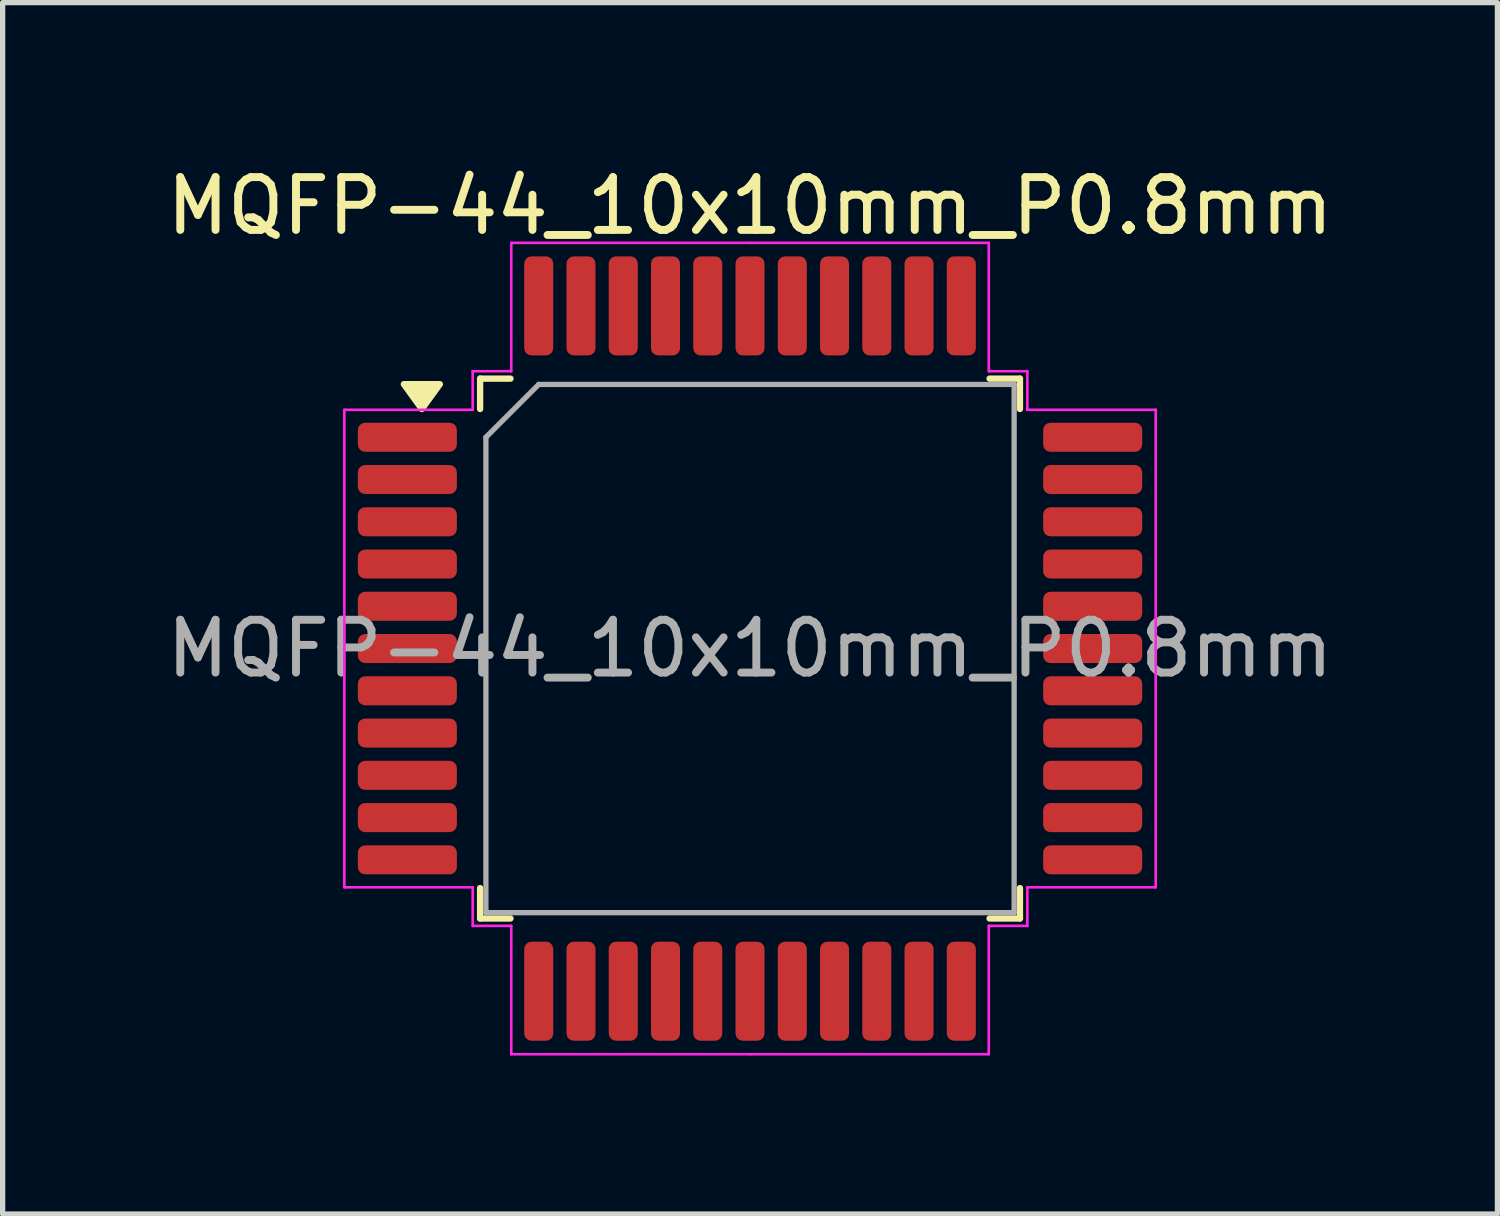
<source format=kicad_pcb>
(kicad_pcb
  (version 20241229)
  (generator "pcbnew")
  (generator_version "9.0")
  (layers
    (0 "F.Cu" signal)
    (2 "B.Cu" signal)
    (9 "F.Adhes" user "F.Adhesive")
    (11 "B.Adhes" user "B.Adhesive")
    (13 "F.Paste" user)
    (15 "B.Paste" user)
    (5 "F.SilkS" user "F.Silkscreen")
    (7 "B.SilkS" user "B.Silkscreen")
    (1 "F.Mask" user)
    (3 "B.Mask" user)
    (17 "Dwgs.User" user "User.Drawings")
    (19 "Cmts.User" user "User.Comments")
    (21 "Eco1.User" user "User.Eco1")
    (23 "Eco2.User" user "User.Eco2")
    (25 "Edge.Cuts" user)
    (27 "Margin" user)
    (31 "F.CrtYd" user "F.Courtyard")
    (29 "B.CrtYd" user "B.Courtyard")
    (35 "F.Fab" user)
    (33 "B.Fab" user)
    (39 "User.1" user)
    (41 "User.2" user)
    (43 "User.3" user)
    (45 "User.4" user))
  (footprint "MQFP-44_10x10mm_P0.8mm"
    (layer "F.Cu")
    (at 11.149 9.228)
    (property "Reference" "MQFP-44_10x10mm_P0.8mm" (at 0 -8.38 0) (layer "F.SilkS") (effects (font (size 1 1) (thickness 0.15))))
    (attr smd)
    (fp_line (start -5.11 -5.11) (end -5.11 -4.535) (stroke (width 0.12) (type solid)) (layer "F.SilkS"))
    (fp_line (start -5.11 5.11) (end -5.11 4.535) (stroke (width 0.12) (type solid)) (layer "F.SilkS"))
    (fp_line (start -4.535 -5.11) (end -5.11 -5.11) (stroke (width 0.12) (type solid)) (layer "F.SilkS"))
    (fp_line (start -4.535 5.11) (end -5.11 5.11) (stroke (width 0.12) (type solid)) (layer "F.SilkS"))
    (fp_line (start 4.535 -5.11) (end 5.11 -5.11) (stroke (width 0.12) (type solid)) (layer "F.SilkS"))
    (fp_line (start 4.535 5.11) (end 5.11 5.11) (stroke (width 0.12) (type solid)) (layer "F.SilkS"))
    (fp_line (start 5.11 -5.11) (end 5.11 -4.535) (stroke (width 0.12) (type solid)) (layer "F.SilkS"))
    (fp_line (start 5.11 5.11) (end 5.11 4.535) (stroke (width 0.12) (type solid)) (layer "F.SilkS"))
    (fp_poly (pts (xy -6.213 -4.535) (xy -6.553 -5.005) (xy -5.872 -5.005) (xy -6.213 -4.535)) (stroke (width 0.12) (type solid)) (fill yes) (layer "F.SilkS"))
    (fp_line (start -7.68 -4.52) (end -7.68 0) (stroke (width 0.05) (type solid)) (layer "F.CrtYd"))
    (fp_line (start -7.68 4.52) (end -7.68 0) (stroke (width 0.05) (type solid)) (layer "F.CrtYd"))
    (fp_line (start -5.25 -5.25) (end -5.25 -4.52) (stroke (width 0.05) (type solid)) (layer "F.CrtYd"))
    (fp_line (start -5.25 -4.52) (end -7.68 -4.52) (stroke (width 0.05) (type solid)) (layer "F.CrtYd"))
    (fp_line (start -5.25 4.52) (end -7.68 4.52) (stroke (width 0.05) (type solid)) (layer "F.CrtYd"))
    (fp_line (start -5.25 5.25) (end -5.25 4.52) (stroke (width 0.05) (type solid)) (layer "F.CrtYd"))
    (fp_line (start -4.52 -7.68) (end -4.52 -5.25) (stroke (width 0.05) (type solid)) (layer "F.CrtYd"))
    (fp_line (start -4.52 -5.25) (end -5.25 -5.25) (stroke (width 0.05) (type solid)) (layer "F.CrtYd"))
    (fp_line (start -4.52 5.25) (end -5.25 5.25) (stroke (width 0.05) (type solid)) (layer "F.CrtYd"))
    (fp_line (start -4.52 7.68) (end -4.52 5.25) (stroke (width 0.05) (type solid)) (layer "F.CrtYd"))
    (fp_line (start 0 -7.68) (end -4.52 -7.68) (stroke (width 0.05) (type solid)) (layer "F.CrtYd"))
    (fp_line (start 0 -7.68) (end 4.52 -7.68) (stroke (width 0.05) (type solid)) (layer "F.CrtYd"))
    (fp_line (start 0 7.68) (end -4.52 7.68) (stroke (width 0.05) (type solid)) (layer "F.CrtYd"))
    (fp_line (start 0 7.68) (end 4.52 7.68) (stroke (width 0.05) (type solid)) (layer "F.CrtYd"))
    (fp_line (start 4.52 -7.68) (end 4.52 -5.25) (stroke (width 0.05) (type solid)) (layer "F.CrtYd"))
    (fp_line (start 4.52 -5.25) (end 5.25 -5.25) (stroke (width 0.05) (type solid)) (layer "F.CrtYd"))
    (fp_line (start 4.52 5.25) (end 5.25 5.25) (stroke (width 0.05) (type solid)) (layer "F.CrtYd"))
    (fp_line (start 4.52 7.68) (end 4.52 5.25) (stroke (width 0.05) (type solid)) (layer "F.CrtYd"))
    (fp_line (start 5.25 -5.25) (end 5.25 -4.52) (stroke (width 0.05) (type solid)) (layer "F.CrtYd"))
    (fp_line (start 5.25 -4.52) (end 7.68 -4.52) (stroke (width 0.05) (type solid)) (layer "F.CrtYd"))
    (fp_line (start 5.25 4.52) (end 7.68 4.52) (stroke (width 0.05) (type solid)) (layer "F.CrtYd"))
    (fp_line (start 5.25 5.25) (end 5.25 4.52) (stroke (width 0.05) (type solid)) (layer "F.CrtYd"))
    (fp_line (start 7.68 -4.52) (end 7.68 0) (stroke (width 0.05) (type solid)) (layer "F.CrtYd"))
    (fp_line (start 7.68 4.52) (end 7.68 0) (stroke (width 0.05) (type solid)) (layer "F.CrtYd"))
    (fp_line (start -5 -4) (end -4 -5) (stroke (width 0.1) (type solid)) (layer "F.Fab"))
    (fp_line (start -5 5) (end -5 -4) (stroke (width 0.1) (type solid)) (layer "F.Fab"))
    (fp_line (start -4 -5) (end 5 -5) (stroke (width 0.1) (type solid)) (layer "F.Fab"))
    (fp_line (start 5 -5) (end 5 5) (stroke (width 0.1) (type solid)) (layer "F.Fab"))
    (fp_line (start 5 5) (end -5 5) (stroke (width 0.1) (type solid)) (layer "F.Fab"))
    (fp_text user "${REFERENCE}" (at 0 0 0) (layer "F.Fab") (effects (font (size 1 1) (thickness 0.15))))
    (pad "1" smd roundrect (at -6.487 -4) (size 1.875 0.55) (layers "F.Cu" "F.Mask" "F.Paste") (roundrect_rratio 0.25))
    (pad "2" smd roundrect (at -6.487 -3.2) (size 1.875 0.55) (layers "F.Cu" "F.Mask" "F.Paste") (roundrect_rratio 0.25))
    (pad "3" smd roundrect (at -6.487 -2.4) (size 1.875 0.55) (layers "F.Cu" "F.Mask" "F.Paste") (roundrect_rratio 0.25))
    (pad "4" smd roundrect (at -6.487 -1.6) (size 1.875 0.55) (layers "F.Cu" "F.Mask" "F.Paste") (roundrect_rratio 0.25))
    (pad "5" smd roundrect (at -6.487 -0.8) (size 1.875 0.55) (layers "F.Cu" "F.Mask" "F.Paste") (roundrect_rratio 0.25))
    (pad "6" smd roundrect (at -6.487 0) (size 1.875 0.55) (layers "F.Cu" "F.Mask" "F.Paste") (roundrect_rratio 0.25))
    (pad "7" smd roundrect (at -6.487 0.8) (size 1.875 0.55) (layers "F.Cu" "F.Mask" "F.Paste") (roundrect_rratio 0.25))
    (pad "8" smd roundrect (at -6.487 1.6) (size 1.875 0.55) (layers "F.Cu" "F.Mask" "F.Paste") (roundrect_rratio 0.25))
    (pad "9" smd roundrect (at -6.487 2.4) (size 1.875 0.55) (layers "F.Cu" "F.Mask" "F.Paste") (roundrect_rratio 0.25))
    (pad "10" smd roundrect (at -6.487 3.2) (size 1.875 0.55) (layers "F.Cu" "F.Mask" "F.Paste") (roundrect_rratio 0.25))
    (pad "11" smd roundrect (at -6.487 4) (size 1.875 0.55) (layers "F.Cu" "F.Mask" "F.Paste") (roundrect_rratio 0.25))
    (pad "12" smd roundrect (at -4 6.487) (size 0.55 1.875) (layers "F.Cu" "F.Mask" "F.Paste") (roundrect_rratio 0.25))
    (pad "13" smd roundrect (at -3.2 6.487) (size 0.55 1.875) (layers "F.Cu" "F.Mask" "F.Paste") (roundrect_rratio 0.25))
    (pad "14" smd roundrect (at -2.4 6.487) (size 0.55 1.875) (layers "F.Cu" "F.Mask" "F.Paste") (roundrect_rratio 0.25))
    (pad "15" smd roundrect (at -1.6 6.487) (size 0.55 1.875) (layers "F.Cu" "F.Mask" "F.Paste") (roundrect_rratio 0.25))
    (pad "16" smd roundrect (at -0.8 6.487) (size 0.55 1.875) (layers "F.Cu" "F.Mask" "F.Paste") (roundrect_rratio 0.25))
    (pad "17" smd roundrect (at 0 6.487) (size 0.55 1.875) (layers "F.Cu" "F.Mask" "F.Paste") (roundrect_rratio 0.25))
    (pad "18" smd roundrect (at 0.8 6.487) (size 0.55 1.875) (layers "F.Cu" "F.Mask" "F.Paste") (roundrect_rratio 0.25))
    (pad "19" smd roundrect (at 1.6 6.487) (size 0.55 1.875) (layers "F.Cu" "F.Mask" "F.Paste") (roundrect_rratio 0.25))
    (pad "20" smd roundrect (at 2.4 6.487) (size 0.55 1.875) (layers "F.Cu" "F.Mask" "F.Paste") (roundrect_rratio 0.25))
    (pad "21" smd roundrect (at 3.2 6.487) (size 0.55 1.875) (layers "F.Cu" "F.Mask" "F.Paste") (roundrect_rratio 0.25))
    (pad "22" smd roundrect (at 4 6.487) (size 0.55 1.875) (layers "F.Cu" "F.Mask" "F.Paste") (roundrect_rratio 0.25))
    (pad "23" smd roundrect (at 6.487 4) (size 1.875 0.55) (layers "F.Cu" "F.Mask" "F.Paste") (roundrect_rratio 0.25))
    (pad "24" smd roundrect (at 6.487 3.2) (size 1.875 0.55) (layers "F.Cu" "F.Mask" "F.Paste") (roundrect_rratio 0.25))
    (pad "25" smd roundrect (at 6.487 2.4) (size 1.875 0.55) (layers "F.Cu" "F.Mask" "F.Paste") (roundrect_rratio 0.25))
    (pad "26" smd roundrect (at 6.487 1.6) (size 1.875 0.55) (layers "F.Cu" "F.Mask" "F.Paste") (roundrect_rratio 0.25))
    (pad "27" smd roundrect (at 6.487 0.8) (size 1.875 0.55) (layers "F.Cu" "F.Mask" "F.Paste") (roundrect_rratio 0.25))
    (pad "28" smd roundrect (at 6.487 0) (size 1.875 0.55) (layers "F.Cu" "F.Mask" "F.Paste") (roundrect_rratio 0.25))
    (pad "29" smd roundrect (at 6.487 -0.8) (size 1.875 0.55) (layers "F.Cu" "F.Mask" "F.Paste") (roundrect_rratio 0.25))
    (pad "30" smd roundrect (at 6.487 -1.6) (size 1.875 0.55) (layers "F.Cu" "F.Mask" "F.Paste") (roundrect_rratio 0.25))
    (pad "31" smd roundrect (at 6.487 -2.4) (size 1.875 0.55) (layers "F.Cu" "F.Mask" "F.Paste") (roundrect_rratio 0.25))
    (pad "32" smd roundrect (at 6.487 -3.2) (size 1.875 0.55) (layers "F.Cu" "F.Mask" "F.Paste") (roundrect_rratio 0.25))
    (pad "33" smd roundrect (at 6.487 -4) (size 1.875 0.55) (layers "F.Cu" "F.Mask" "F.Paste") (roundrect_rratio 0.25))
    (pad "34" smd roundrect (at 4 -6.487) (size 0.55 1.875) (layers "F.Cu" "F.Mask" "F.Paste") (roundrect_rratio 0.25))
    (pad "35" smd roundrect (at 3.2 -6.487) (size 0.55 1.875) (layers "F.Cu" "F.Mask" "F.Paste") (roundrect_rratio 0.25))
    (pad "36" smd roundrect (at 2.4 -6.487) (size 0.55 1.875) (layers "F.Cu" "F.Mask" "F.Paste") (roundrect_rratio 0.25))
    (pad "37" smd roundrect (at 1.6 -6.487) (size 0.55 1.875) (layers "F.Cu" "F.Mask" "F.Paste") (roundrect_rratio 0.25))
    (pad "38" smd roundrect (at 0.8 -6.487) (size 0.55 1.875) (layers "F.Cu" "F.Mask" "F.Paste") (roundrect_rratio 0.25))
    (pad "39" smd roundrect (at 0 -6.487) (size 0.55 1.875) (layers "F.Cu" "F.Mask" "F.Paste") (roundrect_rratio 0.25))
    (pad "40" smd roundrect (at -0.8 -6.487) (size 0.55 1.875) (layers "F.Cu" "F.Mask" "F.Paste") (roundrect_rratio 0.25))
    (pad "41" smd roundrect (at -1.6 -6.487) (size 0.55 1.875) (layers "F.Cu" "F.Mask" "F.Paste") (roundrect_rratio 0.25))
    (pad "42" smd roundrect (at -2.4 -6.487) (size 0.55 1.875) (layers "F.Cu" "F.Mask" "F.Paste") (roundrect_rratio 0.25))
    (pad "43" smd roundrect (at -3.2 -6.487) (size 0.55 1.875) (layers "F.Cu" "F.Mask" "F.Paste") (roundrect_rratio 0.25))
    (pad "44" smd roundrect (at -4 -6.487) (size 0.55 1.875) (layers "F.Cu" "F.Mask" "F.Paste") (roundrect_rratio 0.25)))
  (gr_rect
    (start -3 -3)
    (end 25.298 19.933)
    (stroke (width 0.1) (type default))
    (fill no)
    (layer "Edge.Cuts")))
</source>
